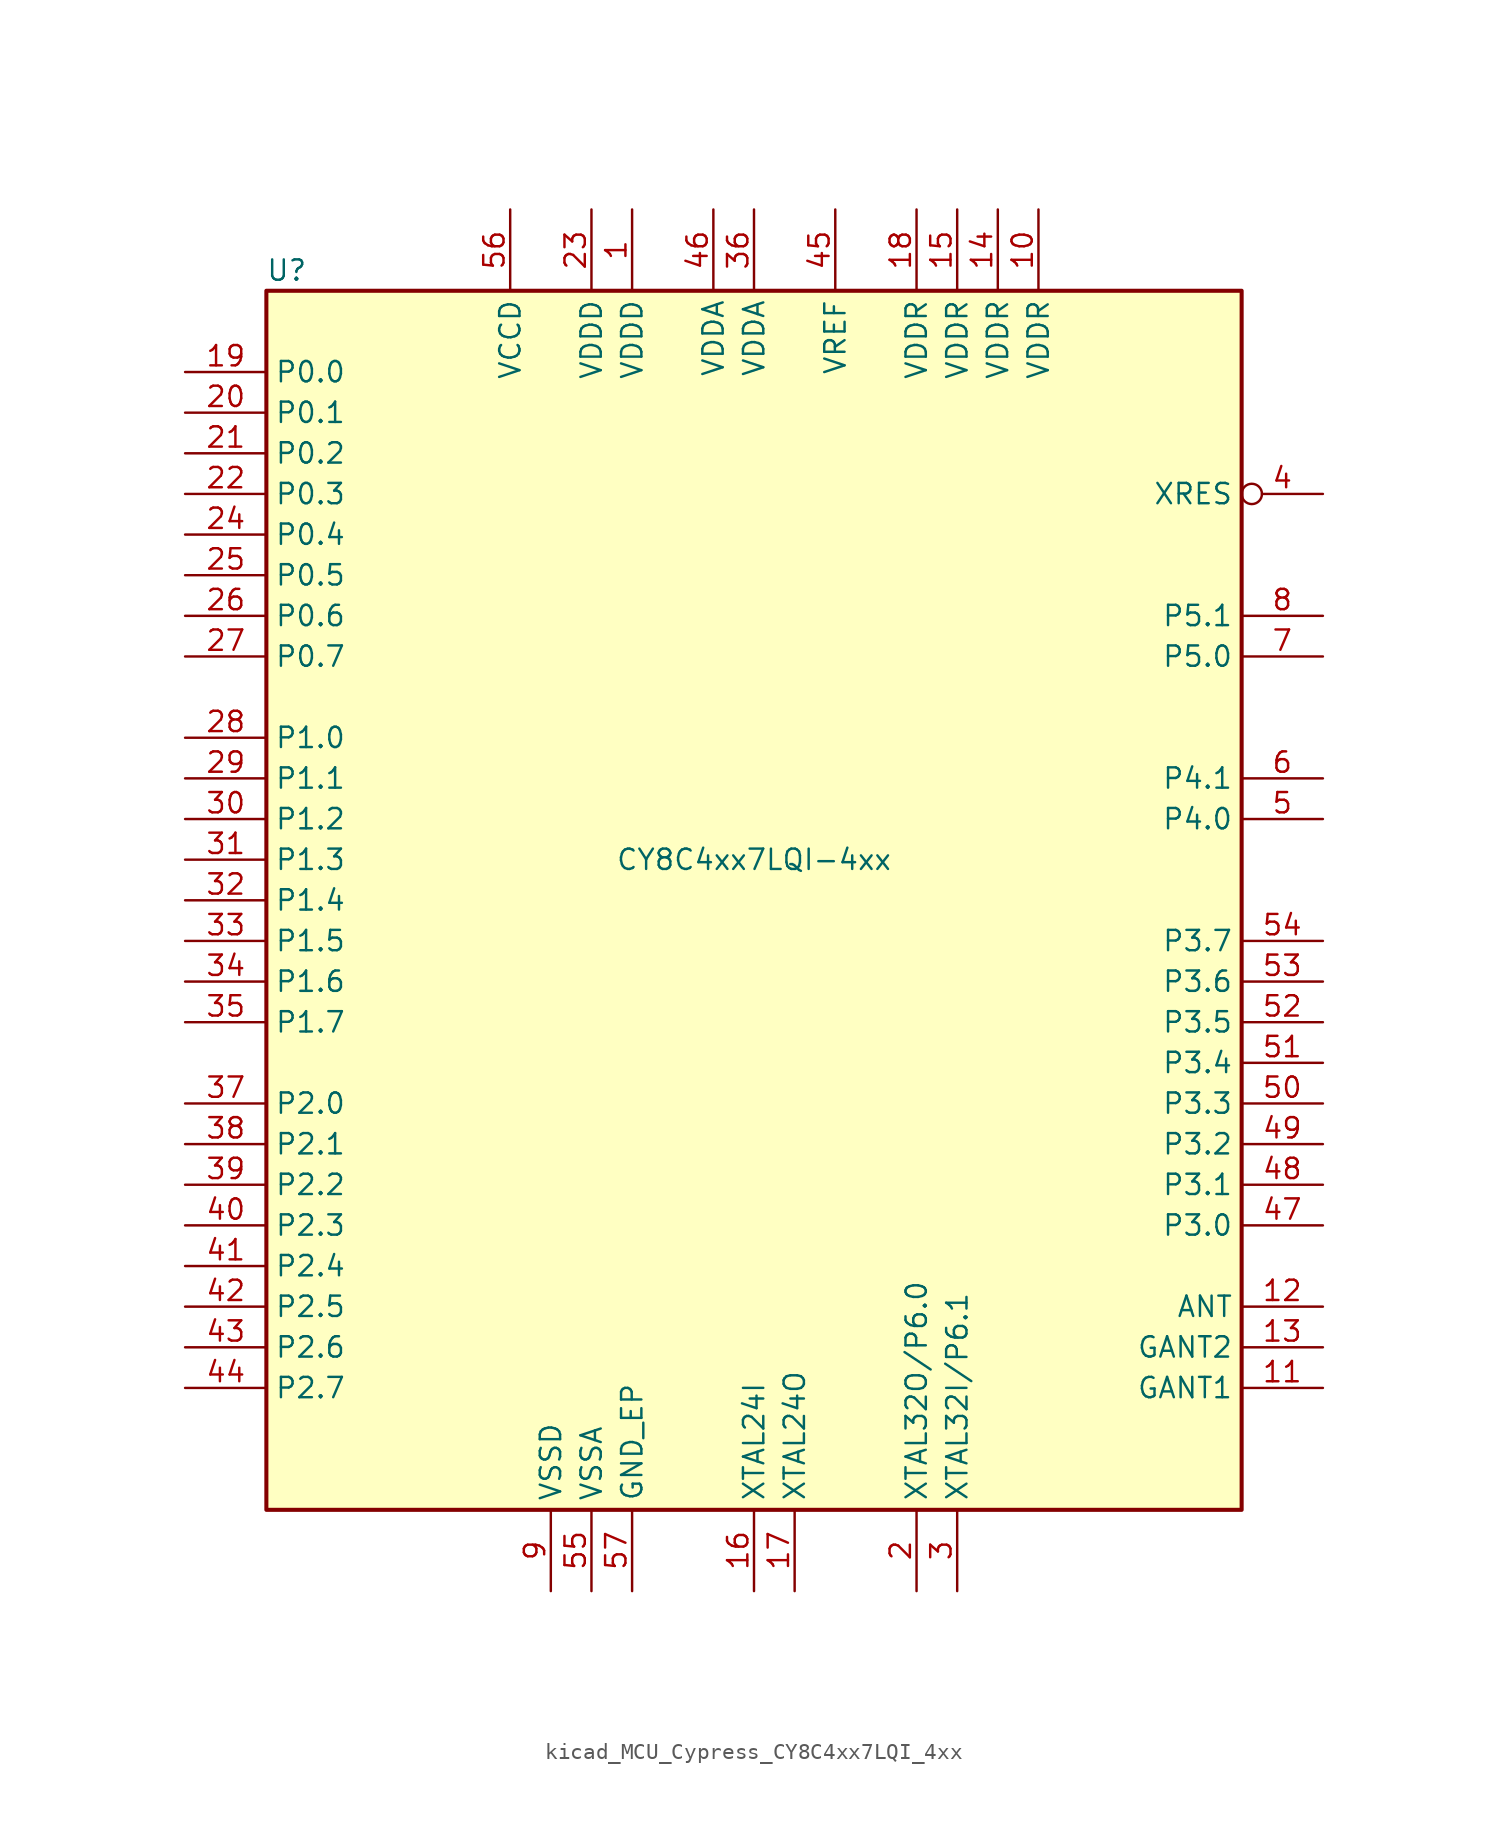
<source format=kicad_sym>
(kicad_symbol_lib
  (version 20220914)
  (generator kicad_symbol_editor)
  (symbol "kicad_MCU_Cypress_CY8C4xx7LQI_4xx"
    (property "Reference" "U"
      (at -29.21 39.37 0)
      (effects (font (size 1.27 1.27))))
    (property "Value" "CY8C4xx7LQI-4xx"
      (at 0 2.54 0)
      (effects (font (size 1.27 1.27))))
    (symbol "kicad_MCU_Cypress_CY8C4xx7LQI_4xx_1_0"
      (rectangle (start -30.48 -38.1) (end 30.48 38.1) (stroke (width 0.254) (type default)) (fill (type background))))
    (symbol "kicad_MCU_Cypress_CY8C4xx7LQI_4xx_1_1"
      (pin power_in line (at -7.62 43.18 270) (length 5.08) (name "VDDD" (effects (font (size 1.27 1.27)))) (number "1" (effects (font (size 1.27 1.27)))))
      (pin power_in line (at 17.78 43.18 270) (length 5.08) (name "VDDR" (effects (font (size 1.27 1.27)))) (number "10" (effects (font (size 1.27 1.27)))))
      (pin power_in line (at 35.56 -30.48 180) (length 5.08) (name "GANT1" (effects (font (size 1.27 1.27)))) (number "11" (effects (font (size 1.27 1.27)))))
      (pin output line (at 35.56 -25.4 180) (length 5.08) (name "ANT" (effects (font (size 1.27 1.27)))) (number "12" (effects (font (size 1.27 1.27)))))
      (pin power_in line (at 35.56 -27.94 180) (length 5.08) (name "GANT2" (effects (font (size 1.27 1.27)))) (number "13" (effects (font (size 1.27 1.27)))))
      (pin power_in line (at 15.24 43.18 270) (length 5.08) (name "VDDR" (effects (font (size 1.27 1.27)))) (number "14" (effects (font (size 1.27 1.27)))))
      (pin power_in line (at 12.7 43.18 270) (length 5.08) (name "VDDR" (effects (font (size 1.27 1.27)))) (number "15" (effects (font (size 1.27 1.27)))))
      (pin input line (at 0 -43.18 90) (length 5.08) (name "XTAL24I" (effects (font (size 1.27 1.27)))) (number "16" (effects (font (size 1.27 1.27)))))
      (pin output line (at 2.54 -43.18 90) (length 5.08) (name "XTAL24O" (effects (font (size 1.27 1.27)))) (number "17" (effects (font (size 1.27 1.27)))))
      (pin power_in line (at 10.16 43.18 270) (length 5.08) (name "VDDR" (effects (font (size 1.27 1.27)))) (number "18" (effects (font (size 1.27 1.27)))))
      (pin bidirectional line (at -35.56 33.02 0) (length 5.08) (name "P0.0" (effects (font (size 1.27 1.27)))) (number "19" (effects (font (size 1.27 1.27)))))
      (pin bidirectional line (at 10.16 -43.18 90) (length 5.08) (name "XTAL32O/P6.0" (effects (font (size 1.27 1.27)))) (number "2" (effects (font (size 1.27 1.27)))))
      (pin bidirectional line (at -35.56 30.48 0) (length 5.08) (name "P0.1" (effects (font (size 1.27 1.27)))) (number "20" (effects (font (size 1.27 1.27)))))
      (pin bidirectional line (at -35.56 27.94 0) (length 5.08) (name "P0.2" (effects (font (size 1.27 1.27)))) (number "21" (effects (font (size 1.27 1.27)))))
      (pin bidirectional line (at -35.56 25.4 0) (length 5.08) (name "P0.3" (effects (font (size 1.27 1.27)))) (number "22" (effects (font (size 1.27 1.27)))))
      (pin power_in line (at -10.16 43.18 270) (length 5.08) (name "VDDD" (effects (font (size 1.27 1.27)))) (number "23" (effects (font (size 1.27 1.27)))))
      (pin bidirectional line (at -35.56 22.86 0) (length 5.08) (name "P0.4" (effects (font (size 1.27 1.27)))) (number "24" (effects (font (size 1.27 1.27)))))
      (pin bidirectional line (at -35.56 20.32 0) (length 5.08) (name "P0.5" (effects (font (size 1.27 1.27)))) (number "25" (effects (font (size 1.27 1.27)))))
      (pin bidirectional line (at -35.56 17.78 0) (length 5.08) (name "P0.6" (effects (font (size 1.27 1.27)))) (number "26" (effects (font (size 1.27 1.27)))))
      (pin bidirectional line (at -35.56 15.24 0) (length 5.08) (name "P0.7" (effects (font (size 1.27 1.27)))) (number "27" (effects (font (size 1.27 1.27)))))
      (pin bidirectional line (at -35.56 10.16 0) (length 5.08) (name "P1.0" (effects (font (size 1.27 1.27)))) (number "28" (effects (font (size 1.27 1.27)))))
      (pin bidirectional line (at -35.56 7.62 0) (length 5.08) (name "P1.1" (effects (font (size 1.27 1.27)))) (number "29" (effects (font (size 1.27 1.27)))))
      (pin bidirectional line (at 12.7 -43.18 90) (length 5.08) (name "XTAL32I/P6.1" (effects (font (size 1.27 1.27)))) (number "3" (effects (font (size 1.27 1.27)))))
      (pin bidirectional line (at -35.56 5.08 0) (length 5.08) (name "P1.2" (effects (font (size 1.27 1.27)))) (number "30" (effects (font (size 1.27 1.27)))))
      (pin bidirectional line (at -35.56 2.54 0) (length 5.08) (name "P1.3" (effects (font (size 1.27 1.27)))) (number "31" (effects (font (size 1.27 1.27)))))
      (pin bidirectional line (at -35.56 0 0) (length 5.08) (name "P1.4" (effects (font (size 1.27 1.27)))) (number "32" (effects (font (size 1.27 1.27)))))
      (pin bidirectional line (at -35.56 -2.54 0) (length 5.08) (name "P1.5" (effects (font (size 1.27 1.27)))) (number "33" (effects (font (size 1.27 1.27)))))
      (pin bidirectional line (at -35.56 -5.08 0) (length 5.08) (name "P1.6" (effects (font (size 1.27 1.27)))) (number "34" (effects (font (size 1.27 1.27)))))
      (pin bidirectional line (at -35.56 -7.62 0) (length 5.08) (name "P1.7" (effects (font (size 1.27 1.27)))) (number "35" (effects (font (size 1.27 1.27)))))
      (pin power_in line (at 0 43.18 270) (length 5.08) (name "VDDA" (effects (font (size 1.27 1.27)))) (number "36" (effects (font (size 1.27 1.27)))))
      (pin bidirectional line (at -35.56 -12.7 0) (length 5.08) (name "P2.0" (effects (font (size 1.27 1.27)))) (number "37" (effects (font (size 1.27 1.27)))))
      (pin bidirectional line (at -35.56 -15.24 0) (length 5.08) (name "P2.1" (effects (font (size 1.27 1.27)))) (number "38" (effects (font (size 1.27 1.27)))))
      (pin bidirectional line (at -35.56 -17.78 0) (length 5.08) (name "P2.2" (effects (font (size 1.27 1.27)))) (number "39" (effects (font (size 1.27 1.27)))))
      (pin input inverted (at 35.56 25.4 180) (length 5.08) (name "XRES" (effects (font (size 1.27 1.27)))) (number "4" (effects (font (size 1.27 1.27)))))
      (pin bidirectional line (at -35.56 -20.32 0) (length 5.08) (name "P2.3" (effects (font (size 1.27 1.27)))) (number "40" (effects (font (size 1.27 1.27)))))
      (pin bidirectional line (at -35.56 -22.86 0) (length 5.08) (name "P2.4" (effects (font (size 1.27 1.27)))) (number "41" (effects (font (size 1.27 1.27)))))
      (pin bidirectional line (at -35.56 -25.4 0) (length 5.08) (name "P2.5" (effects (font (size 1.27 1.27)))) (number "42" (effects (font (size 1.27 1.27)))))
      (pin bidirectional line (at -35.56 -27.94 0) (length 5.08) (name "P2.6" (effects (font (size 1.27 1.27)))) (number "43" (effects (font (size 1.27 1.27)))))
      (pin bidirectional line (at -35.56 -30.48 0) (length 5.08) (name "P2.7" (effects (font (size 1.27 1.27)))) (number "44" (effects (font (size 1.27 1.27)))))
      (pin passive line (at 5.08 43.18 270) (length 5.08) (name "VREF" (effects (font (size 1.27 1.27)))) (number "45" (effects (font (size 1.27 1.27)))))
      (pin power_in line (at -2.54 43.18 270) (length 5.08) (name "VDDA" (effects (font (size 1.27 1.27)))) (number "46" (effects (font (size 1.27 1.27)))))
      (pin bidirectional line (at 35.56 -20.32 180) (length 5.08) (name "P3.0" (effects (font (size 1.27 1.27)))) (number "47" (effects (font (size 1.27 1.27)))))
      (pin bidirectional line (at 35.56 -17.78 180) (length 5.08) (name "P3.1" (effects (font (size 1.27 1.27)))) (number "48" (effects (font (size 1.27 1.27)))))
      (pin bidirectional line (at 35.56 -15.24 180) (length 5.08) (name "P3.2" (effects (font (size 1.27 1.27)))) (number "49" (effects (font (size 1.27 1.27)))))
      (pin bidirectional line (at 35.56 5.08 180) (length 5.08) (name "P4.0" (effects (font (size 1.27 1.27)))) (number "5" (effects (font (size 1.27 1.27)))))
      (pin bidirectional line (at 35.56 -12.7 180) (length 5.08) (name "P3.3" (effects (font (size 1.27 1.27)))) (number "50" (effects (font (size 1.27 1.27)))))
      (pin bidirectional line (at 35.56 -10.16 180) (length 5.08) (name "P3.4" (effects (font (size 1.27 1.27)))) (number "51" (effects (font (size 1.27 1.27)))))
      (pin bidirectional line (at 35.56 -7.62 180) (length 5.08) (name "P3.5" (effects (font (size 1.27 1.27)))) (number "52" (effects (font (size 1.27 1.27)))))
      (pin bidirectional line (at 35.56 -5.08 180) (length 5.08) (name "P3.6" (effects (font (size 1.27 1.27)))) (number "53" (effects (font (size 1.27 1.27)))))
      (pin bidirectional line (at 35.56 -2.54 180) (length 5.08) (name "P3.7" (effects (font (size 1.27 1.27)))) (number "54" (effects (font (size 1.27 1.27)))))
      (pin power_in line (at -10.16 -43.18 90) (length 5.08) (name "VSSA" (effects (font (size 1.27 1.27)))) (number "55" (effects (font (size 1.27 1.27)))))
      (pin power_out line (at -15.24 43.18 270) (length 5.08) (name "VCCD" (effects (font (size 1.27 1.27)))) (number "56" (effects (font (size 1.27 1.27)))))
      (pin power_in line (at -7.62 -43.18 90) (length 5.08) (name "GND_EP" (effects (font (size 1.27 1.27)))) (number "57" (effects (font (size 1.27 1.27)))))
      (pin bidirectional line (at 35.56 7.62 180) (length 5.08) (name "P4.1" (effects (font (size 1.27 1.27)))) (number "6" (effects (font (size 1.27 1.27)))))
      (pin bidirectional line (at 35.56 15.24 180) (length 5.08) (name "P5.0" (effects (font (size 1.27 1.27)))) (number "7" (effects (font (size 1.27 1.27)))))
      (pin bidirectional line (at 35.56 17.78 180) (length 5.08) (name "P5.1" (effects (font (size 1.27 1.27)))) (number "8" (effects (font (size 1.27 1.27)))))
      (pin power_in line (at -12.7 -43.18 90) (length 5.08) (name "VSSD" (effects (font (size 1.27 1.27)))) (number "9" (effects (font (size 1.27 1.27))))))))
</source>
